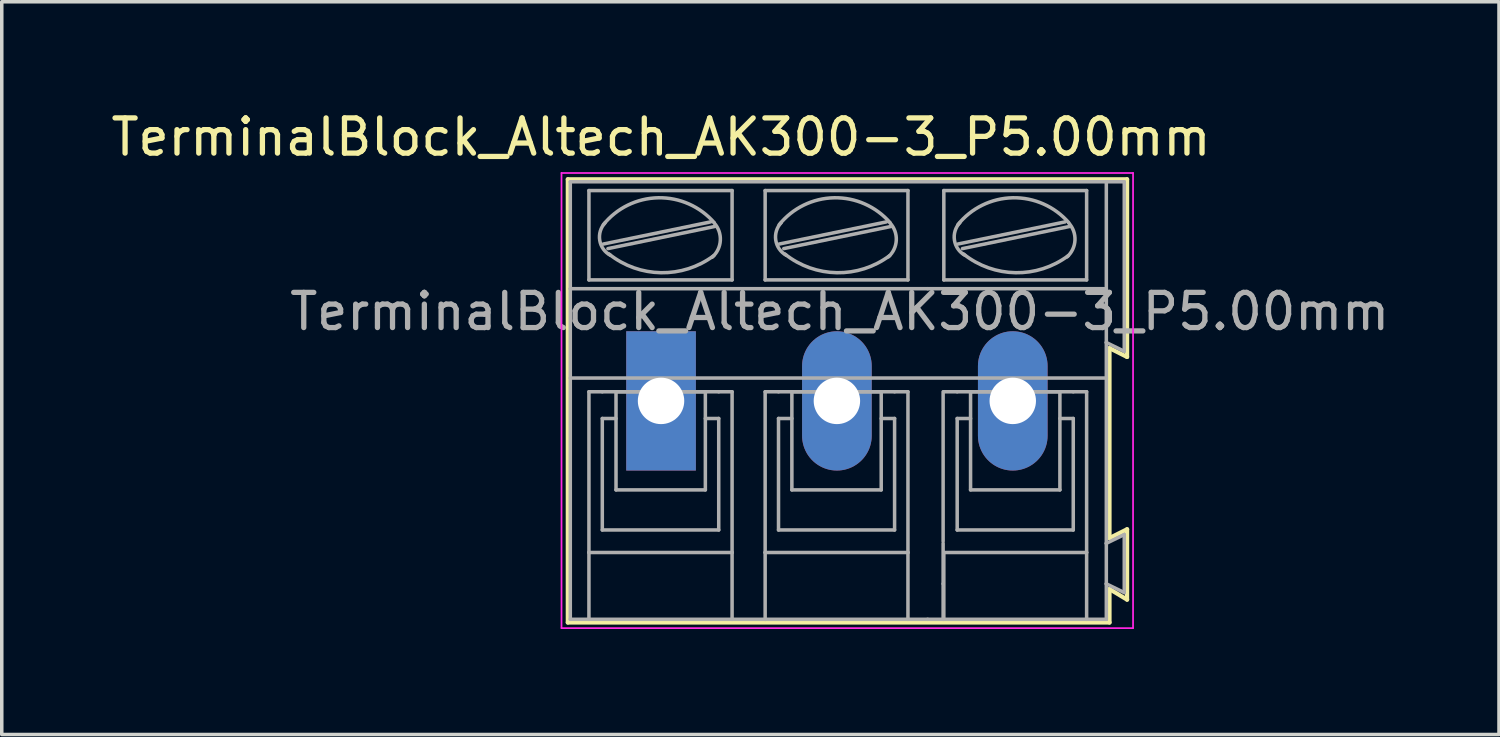
<source format=kicad_pcb>
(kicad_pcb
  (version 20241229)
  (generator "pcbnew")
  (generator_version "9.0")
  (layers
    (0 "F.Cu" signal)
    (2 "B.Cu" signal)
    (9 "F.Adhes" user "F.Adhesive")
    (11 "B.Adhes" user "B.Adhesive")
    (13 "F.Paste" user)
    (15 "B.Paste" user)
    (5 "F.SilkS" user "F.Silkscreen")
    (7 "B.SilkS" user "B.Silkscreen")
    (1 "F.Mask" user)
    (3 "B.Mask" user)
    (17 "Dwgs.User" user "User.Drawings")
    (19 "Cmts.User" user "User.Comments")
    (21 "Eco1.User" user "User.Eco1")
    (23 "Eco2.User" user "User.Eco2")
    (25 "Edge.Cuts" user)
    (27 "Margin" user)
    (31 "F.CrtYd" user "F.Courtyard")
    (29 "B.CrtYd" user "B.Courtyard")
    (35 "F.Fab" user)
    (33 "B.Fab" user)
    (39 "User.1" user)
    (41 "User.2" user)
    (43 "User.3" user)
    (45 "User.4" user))
  (footprint "TerminalBlock_Altech_AK300-3_P5.00mm"
    (layer "F.Cu")
    (at 15.744 8.348)
    (property "Reference" "TerminalBlock_Altech_AK300-3_P5.00mm" (at 0 -7.5 0) (layer "F.SilkS") (effects (font (size 1 1) (thickness 0.15))))
    (attr through_hole)
    (fp_line (start -2.65 -6.3) (end -2.65 6.3) (stroke (width 0.12) (type solid)) (layer "F.SilkS"))
    (fp_line (start -2.65 6.3) (end 12.75 6.3) (stroke (width 0.12) (type solid)) (layer "F.SilkS"))
    (fp_line (start 12.75 -1.5) (end 13.25 -1.25) (stroke (width 0.12) (type solid)) (layer "F.SilkS"))
    (fp_line (start 12.75 3.9) (end 12.75 -1.5) (stroke (width 0.12) (type solid)) (layer "F.SilkS"))
    (fp_line (start 12.75 5.35) (end 13.25 5.65) (stroke (width 0.12) (type solid)) (layer "F.SilkS"))
    (fp_line (start 12.75 6.3) (end 12.75 5.35) (stroke (width 0.12) (type solid)) (layer "F.SilkS"))
    (fp_line (start 13.25 -6.3) (end -2.65 -6.3) (stroke (width 0.12) (type solid)) (layer "F.SilkS"))
    (fp_line (start 13.25 -1.25) (end 13.25 -6.3) (stroke (width 0.12) (type solid)) (layer "F.SilkS"))
    (fp_line (start 13.25 3.65) (end 12.75 3.9) (stroke (width 0.12) (type solid)) (layer "F.SilkS"))
    (fp_line (start 13.25 5.65) (end 13.25 3.65) (stroke (width 0.12) (type solid)) (layer "F.SilkS"))
    (fp_line (start -2.83 -6.48) (end -2.83 6.46) (stroke (width 0.05) (type solid)) (layer "F.CrtYd"))
    (fp_line (start -2.83 -6.48) (end 13.42 -6.48) (stroke (width 0.05) (type solid)) (layer "F.CrtYd"))
    (fp_line (start 13.42 6.46) (end -2.83 6.46) (stroke (width 0.05) (type solid)) (layer "F.CrtYd"))
    (fp_line (start 13.42 6.46) (end 13.42 -6.48) (stroke (width 0.05) (type solid)) (layer "F.CrtYd"))
    (fp_line (start -2.58 -6.23) (end 12.66 -6.23) (stroke (width 0.1) (type solid)) (layer "F.Fab"))
    (fp_line (start -2.58 -3.19) (end -2.58 -6.23) (stroke (width 0.1) (type solid)) (layer "F.Fab"))
    (fp_line (start -2.58 -3.19) (end 7.58 -3.19) (stroke (width 0.1) (type solid)) (layer "F.Fab"))
    (fp_line (start -2.58 -0.65) (end -2.58 -3.19) (stroke (width 0.1) (type solid)) (layer "F.Fab"))
    (fp_line (start -2.58 6.21) (end -2.58 -0.65) (stroke (width 0.1) (type solid)) (layer "F.Fab"))
    (fp_line (start -2.58 6.21) (end -2.05 6.21) (stroke (width 0.1) (type solid)) (layer "F.Fab"))
    (fp_line (start -2.05 -3.44) (end -2.05 -5.98) (stroke (width 0.1) (type solid)) (layer "F.Fab"))
    (fp_line (start -2.05 -0.26) (end -2.05 4.31) (stroke (width 0.1) (type solid)) (layer "F.Fab"))
    (fp_line (start -2.05 -0.26) (end -1.67 -0.26) (stroke (width 0.1) (type solid)) (layer "F.Fab"))
    (fp_line (start -2.05 4.31) (end -2.05 6.21) (stroke (width 0.1) (type solid)) (layer "F.Fab"))
    (fp_line (start -2.05 6.21) (end 2.02 6.21) (stroke (width 0.1) (type solid)) (layer "F.Fab"))
    (fp_line (start -1.67 0.5) (end -1.28 0.5) (stroke (width 0.1) (type solid)) (layer "F.Fab"))
    (fp_line (start -1.67 3.67) (end -1.67 0.5) (stroke (width 0.1) (type solid)) (layer "F.Fab"))
    (fp_line (start -1.64 -4.46) (end 1.41 -5.09) (stroke (width 0.1) (type solid)) (layer "F.Fab"))
    (fp_line (start -1.51 -4.33) (end 1.53 -4.96) (stroke (width 0.1) (type solid)) (layer "F.Fab"))
    (fp_line (start -1.28 -0.26) (end 1.26 -0.26) (stroke (width 0.1) (type solid)) (layer "F.Fab"))
    (fp_line (start -1.28 2.53) (end -1.28 -0.26) (stroke (width 0.1) (type solid)) (layer "F.Fab"))
    (fp_line (start -1.28 2.53) (end 1.26 2.53) (stroke (width 0.1) (type solid)) (layer "F.Fab"))
    (fp_line (start 1.26 2.53) (end 1.26 -0.26) (stroke (width 0.1) (type solid)) (layer "F.Fab"))
    (fp_line (start 1.64 -0.26) (end -1.67 -0.26) (stroke (width 0.1) (type solid)) (layer "F.Fab"))
    (fp_line (start 1.64 0.5) (end 1.26 0.5) (stroke (width 0.1) (type solid)) (layer "F.Fab"))
    (fp_line (start 1.64 3.67) (end -1.67 3.67) (stroke (width 0.1) (type solid)) (layer "F.Fab"))
    (fp_line (start 1.64 3.67) (end 1.64 0.5) (stroke (width 0.1) (type solid)) (layer "F.Fab"))
    (fp_line (start 2.02 -5.98) (end -2.05 -5.98) (stroke (width 0.1) (type solid)) (layer "F.Fab"))
    (fp_line (start 2.02 -3.44) (end -2.05 -3.44) (stroke (width 0.1) (type solid)) (layer "F.Fab"))
    (fp_line (start 2.02 -3.44) (end 2.02 -5.98) (stroke (width 0.1) (type solid)) (layer "F.Fab"))
    (fp_line (start 2.02 -0.26) (end 1.64 -0.26) (stroke (width 0.1) (type solid)) (layer "F.Fab"))
    (fp_line (start 2.02 4.31) (end -2.05 4.31) (stroke (width 0.1) (type solid)) (layer "F.Fab"))
    (fp_line (start 2.02 4.31) (end 2.02 -0.26) (stroke (width 0.1) (type solid)) (layer "F.Fab"))
    (fp_line (start 2.02 6.21) (end 2.02 4.31) (stroke (width 0.1) (type solid)) (layer "F.Fab"))
    (fp_line (start 2.02 6.21) (end 2.96 6.21) (stroke (width 0.1) (type solid)) (layer "F.Fab"))
    (fp_line (start 2.96 -5.98) (end 7.02 -5.98) (stroke (width 0.1) (type solid)) (layer "F.Fab"))
    (fp_line (start 2.96 -3.44) (end 2.96 -5.98) (stroke (width 0.1) (type solid)) (layer "F.Fab"))
    (fp_line (start 2.96 -0.26) (end 3.34 -0.26) (stroke (width 0.1) (type solid)) (layer "F.Fab"))
    (fp_line (start 2.96 4.31) (end 2.96 -0.26) (stroke (width 0.1) (type solid)) (layer "F.Fab"))
    (fp_line (start 2.96 4.31) (end 7.02 4.31) (stroke (width 0.1) (type solid)) (layer "F.Fab"))
    (fp_line (start 2.96 6.21) (end 2.96 4.31) (stroke (width 0.1) (type solid)) (layer "F.Fab"))
    (fp_line (start 2.96 6.21) (end 7.02 6.21) (stroke (width 0.1) (type solid)) (layer "F.Fab"))
    (fp_line (start 3.34 -0.26) (end 6.64 -0.26) (stroke (width 0.1) (type solid)) (layer "F.Fab"))
    (fp_line (start 3.34 0.5) (end 3.72 0.5) (stroke (width 0.1) (type solid)) (layer "F.Fab"))
    (fp_line (start 3.34 3.67) (end 3.34 0.5) (stroke (width 0.1) (type solid)) (layer "F.Fab"))
    (fp_line (start 3.36 -4.46) (end 6.41 -5.09) (stroke (width 0.1) (type solid)) (layer "F.Fab"))
    (fp_line (start 3.49 -4.33) (end 6.54 -4.96) (stroke (width 0.1) (type solid)) (layer "F.Fab"))
    (fp_line (start 3.72 -0.26) (end 6.26 -0.26) (stroke (width 0.1) (type solid)) (layer "F.Fab"))
    (fp_line (start 3.72 2.53) (end 3.72 -0.26) (stroke (width 0.1) (type solid)) (layer "F.Fab"))
    (fp_line (start 3.72 2.53) (end 6.26 2.53) (stroke (width 0.1) (type solid)) (layer "F.Fab"))
    (fp_line (start 6.26 2.53) (end 6.26 -0.26) (stroke (width 0.1) (type solid)) (layer "F.Fab"))
    (fp_line (start 6.64 0.5) (end 6.26 0.5) (stroke (width 0.1) (type solid)) (layer "F.Fab"))
    (fp_line (start 6.64 3.67) (end 3.34 3.67) (stroke (width 0.1) (type solid)) (layer "F.Fab"))
    (fp_line (start 6.64 3.67) (end 6.64 0.5) (stroke (width 0.1) (type solid)) (layer "F.Fab"))
    (fp_line (start 7.02 -5.98) (end 7.02 -3.44) (stroke (width 0.1) (type solid)) (layer "F.Fab"))
    (fp_line (start 7.02 -3.44) (end 2.96 -3.44) (stroke (width 0.1) (type solid)) (layer "F.Fab"))
    (fp_line (start 7.02 -0.26) (end 6.64 -0.26) (stroke (width 0.1) (type solid)) (layer "F.Fab"))
    (fp_line (start 7.02 -0.26) (end 7.02 4.31) (stroke (width 0.1) (type solid)) (layer "F.Fab"))
    (fp_line (start 7.02 4.31) (end 7.02 6.21) (stroke (width 0.1) (type solid)) (layer "F.Fab"))
    (fp_line (start 7.02 6.21) (end 7.58 6.21) (stroke (width 0.1) (type solid)) (layer "F.Fab"))
    (fp_line (start 7.58 -3.19) (end 12.6 -3.19) (stroke (width 0.1) (type solid)) (layer "F.Fab"))
    (fp_line (start 8.02 3.99) (end 8.02 -0.26) (stroke (width 0.1) (type solid)) (layer "F.Fab"))
    (fp_line (start 8.02 4.05) (end 8.02 5.2) (stroke (width 0.1) (type solid)) (layer "F.Fab"))
    (fp_line (start 8.02 5.2) (end 8.02 6.21) (stroke (width 0.1) (type solid)) (layer "F.Fab"))
    (fp_line (start 8.04 -5.98) (end 12.1 -5.98) (stroke (width 0.1) (type solid)) (layer "F.Fab"))
    (fp_line (start 8.04 -3.44) (end 8.04 -5.98) (stroke (width 0.1) (type solid)) (layer "F.Fab"))
    (fp_line (start 8.04 -0.26) (end 8.42 -0.26) (stroke (width 0.1) (type solid)) (layer "F.Fab"))
    (fp_line (start 8.04 4.31) (end 12.1 4.31) (stroke (width 0.1) (type solid)) (layer "F.Fab"))
    (fp_line (start 8.04 6.21) (end 8.04 4.31) (stroke (width 0.1) (type solid)) (layer "F.Fab"))
    (fp_line (start 8.42 -0.26) (end 11.72 -0.26) (stroke (width 0.1) (type solid)) (layer "F.Fab"))
    (fp_line (start 8.42 0.5) (end 8.8 0.5) (stroke (width 0.1) (type solid)) (layer "F.Fab"))
    (fp_line (start 8.42 3.67) (end 8.42 0.5) (stroke (width 0.1) (type solid)) (layer "F.Fab"))
    (fp_line (start 8.44 -4.46) (end 11.49 -5.09) (stroke (width 0.1) (type solid)) (layer "F.Fab"))
    (fp_line (start 8.57 -4.33) (end 11.62 -4.96) (stroke (width 0.1) (type solid)) (layer "F.Fab"))
    (fp_line (start 8.8 -0.26) (end 11.34 -0.26) (stroke (width 0.1) (type solid)) (layer "F.Fab"))
    (fp_line (start 8.8 2.53) (end 8.8 -0.26) (stroke (width 0.1) (type solid)) (layer "F.Fab"))
    (fp_line (start 8.8 2.53) (end 11.34 2.53) (stroke (width 0.1) (type solid)) (layer "F.Fab"))
    (fp_line (start 11.34 2.53) (end 11.34 -0.26) (stroke (width 0.1) (type solid)) (layer "F.Fab"))
    (fp_line (start 11.72 0.5) (end 11.34 0.5) (stroke (width 0.1) (type solid)) (layer "F.Fab"))
    (fp_line (start 11.72 3.67) (end 8.42 3.67) (stroke (width 0.1) (type solid)) (layer "F.Fab"))
    (fp_line (start 11.72 3.67) (end 11.72 0.5) (stroke (width 0.1) (type solid)) (layer "F.Fab"))
    (fp_line (start 12.09 6.21) (end 7.58 6.21) (stroke (width 0.1) (type solid)) (layer "F.Fab"))
    (fp_line (start 12.1 -5.98) (end 12.1 -3.44) (stroke (width 0.1) (type solid)) (layer "F.Fab"))
    (fp_line (start 12.1 -3.44) (end 8.04 -3.44) (stroke (width 0.1) (type solid)) (layer "F.Fab"))
    (fp_line (start 12.1 -0.26) (end 11.72 -0.26) (stroke (width 0.1) (type solid)) (layer "F.Fab"))
    (fp_line (start 12.1 -0.26) (end 12.1 4.31) (stroke (width 0.1) (type solid)) (layer "F.Fab"))
    (fp_line (start 12.1 4.31) (end 12.1 6.21) (stroke (width 0.1) (type solid)) (layer "F.Fab"))
    (fp_line (start 12.1 6.21) (end 12.66 6.21) (stroke (width 0.1) (type solid)) (layer "F.Fab"))
    (fp_line (start 12.66 -6.23) (end 12.66 -3.19) (stroke (width 0.1) (type solid)) (layer "F.Fab"))
    (fp_line (start 12.66 -6.23) (end 13.17 -6.23) (stroke (width 0.1) (type solid)) (layer "F.Fab"))
    (fp_line (start 12.66 -3.19) (end 12.66 -1.66) (stroke (width 0.1) (type solid)) (layer "F.Fab"))
    (fp_line (start 12.66 -1.66) (end 12.66 -0.65) (stroke (width 0.1) (type solid)) (layer "F.Fab"))
    (fp_line (start 12.66 -0.65) (end -2.52 -0.65) (stroke (width 0.1) (type solid)) (layer "F.Fab"))
    (fp_line (start 12.66 -0.65) (end 12.66 4.05) (stroke (width 0.1) (type solid)) (layer "F.Fab"))
    (fp_line (start 12.66 4.05) (end 12.66 5.2) (stroke (width 0.1) (type solid)) (layer "F.Fab"))
    (fp_line (start 12.66 5.2) (end 12.66 6.21) (stroke (width 0.1) (type solid)) (layer "F.Fab"))
    (fp_line (start 13.17 -6.23) (end 13.17 -1.41) (stroke (width 0.1) (type solid)) (layer "F.Fab"))
    (fp_line (start 13.17 -1.41) (end 12.66 -1.66) (stroke (width 0.1) (type solid)) (layer "F.Fab"))
    (fp_line (start 13.17 3.8) (end 12.66 4.05) (stroke (width 0.1) (type solid)) (layer "F.Fab"))
    (fp_line (start 13.17 3.8) (end 13.17 5.45) (stroke (width 0.1) (type solid)) (layer "F.Fab"))
    (fp_line (start 13.17 5.45) (end 12.66 5.2) (stroke (width 0.1) (type solid)) (layer "F.Fab"))
    (fp_arc (start -1.64 -5.01) (mid -0.080263 -5.774867) (end 1.508239 -5.071686) (stroke (width 0.1) (type solid)) (layer "F.Fab"))
    (fp_arc (start -1.44 -4.14) (mid -1.742324 -4.561515) (end -1.595426 -5.059005) (stroke (width 0.1) (type solid)) (layer "F.Fab"))
    (fp_arc (start 1.5 -4.13) (mid 0.000583 -3.644318) (end -1.482333 -4.178263) (stroke (width 0.1) (type solid)) (layer "F.Fab"))
    (fp_arc (start 1.51 -5.06) (mid 1.685733 -4.561652) (end 1.455532 -4.086005) (stroke (width 0.1) (type solid)) (layer "F.Fab"))
    (fp_arc (start 3.36 -5.01) (mid 4.919737 -5.774867) (end 6.508239 -5.071686) (stroke (width 0.1) (type solid)) (layer "F.Fab"))
    (fp_arc (start 3.56 -4.14) (mid 3.261534 -4.569406) (end 3.417028 -5.068699) (stroke (width 0.1) (type solid)) (layer "F.Fab"))
    (fp_arc (start 6.5 -4.13) (mid 5.000583 -3.644318) (end 3.517667 -4.178263) (stroke (width 0.1) (type solid)) (layer "F.Fab"))
    (fp_arc (start 6.51 -5.06) (mid 6.688693 -4.568754) (end 6.465619 -4.096005) (stroke (width 0.1) (type solid)) (layer "F.Fab"))
    (fp_arc (start 8.44 -5.01) (mid 9.999737 -5.774867) (end 11.588239 -5.071686) (stroke (width 0.1) (type solid)) (layer "F.Fab"))
    (fp_arc (start 8.64 -4.14) (mid 8.341534 -4.569406) (end 8.497028 -5.068699) (stroke (width 0.1) (type solid)) (layer "F.Fab"))
    (fp_arc (start 11.58 -4.13) (mid 10.080583 -3.644318) (end 8.597667 -4.178263) (stroke (width 0.1) (type solid)) (layer "F.Fab"))
    (fp_arc (start 11.59 -5.06) (mid 11.768693 -4.568754) (end 11.545619 -4.096005) (stroke (width 0.1) (type solid)) (layer "F.Fab"))
    (fp_text user "${REFERENCE}" (at 5.08 -2.54 0) (layer "F.Fab") (effects (font (size 1 1) (thickness 0.15))))
    (pad "1" thru_hole rect (at 0 0) (size 1.98 3.96) (drill 1.32) (layers "*.Cu" "*.Mask"))
    (pad "2" thru_hole oval (at 5 0) (size 1.98 3.96) (drill 1.32) (layers "*.Cu" "*.Mask"))
    (pad "3" thru_hole oval (at 10 0) (size 1.98 3.96) (drill 1.32) (layers "*.Cu" "*.Mask")))
  (gr_rect
    (start -3 -3)
    (end 39.568 17.833)
    (stroke (width 0.1) (type default))
    (fill no)
    (layer "Edge.Cuts")))
</source>
